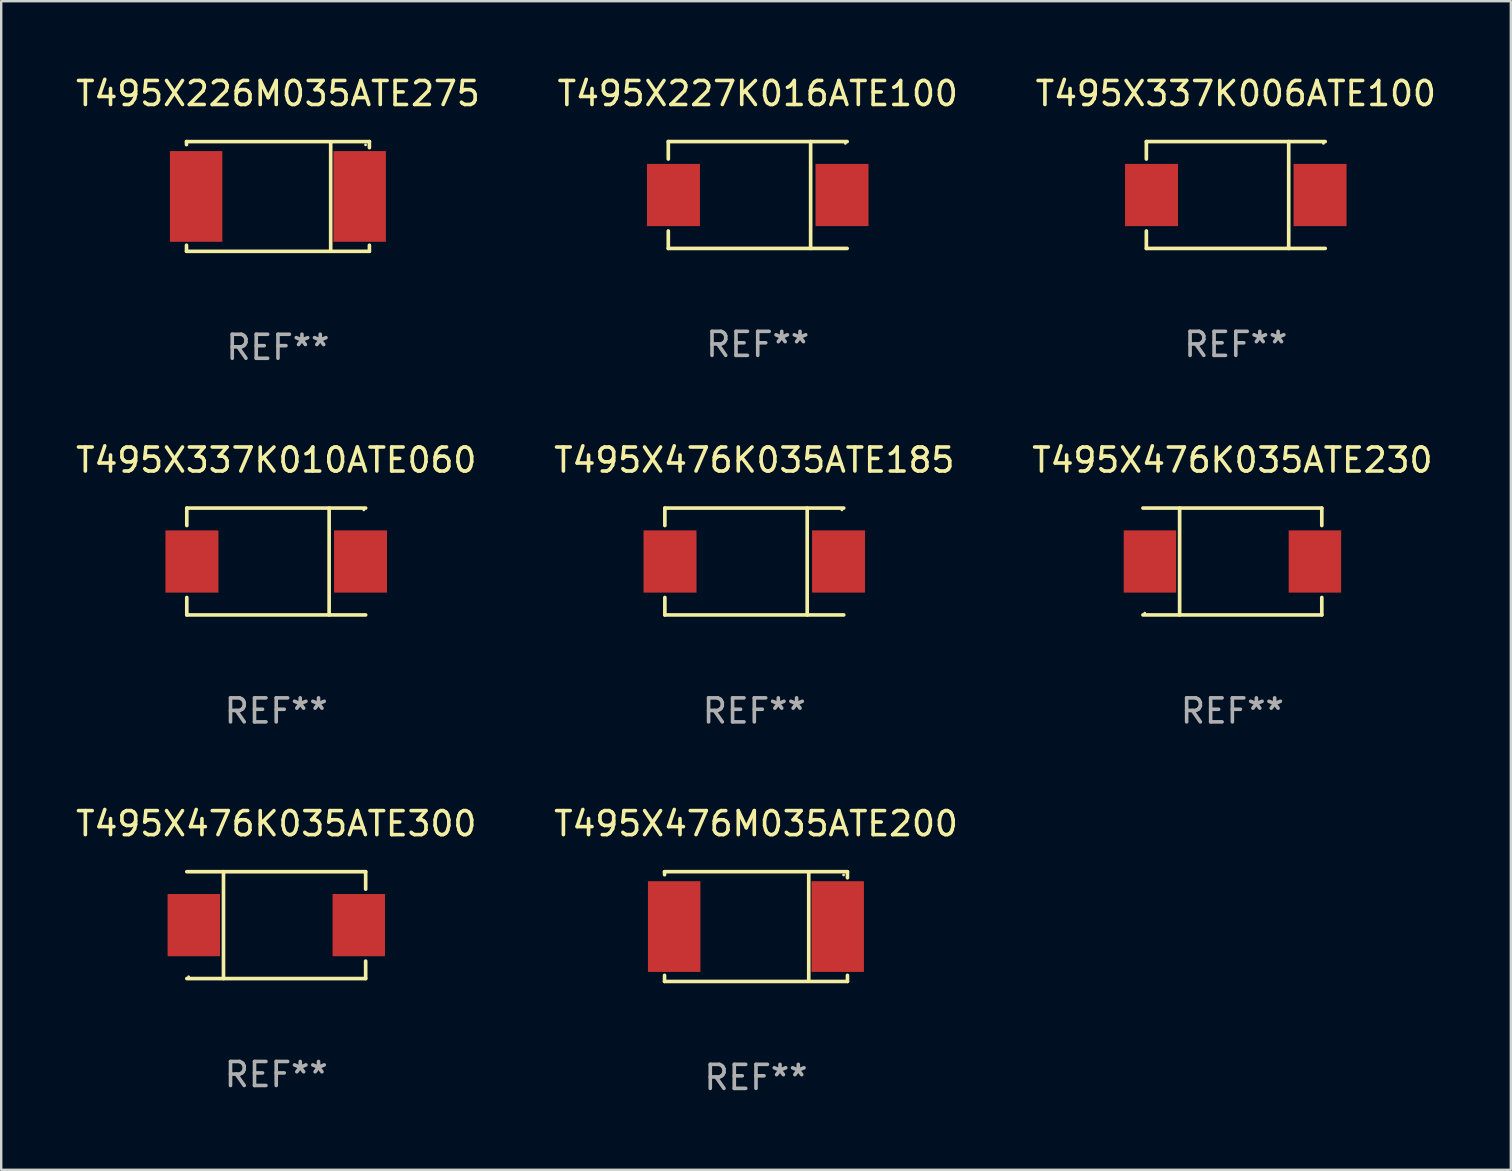
<source format=kicad_pcb>
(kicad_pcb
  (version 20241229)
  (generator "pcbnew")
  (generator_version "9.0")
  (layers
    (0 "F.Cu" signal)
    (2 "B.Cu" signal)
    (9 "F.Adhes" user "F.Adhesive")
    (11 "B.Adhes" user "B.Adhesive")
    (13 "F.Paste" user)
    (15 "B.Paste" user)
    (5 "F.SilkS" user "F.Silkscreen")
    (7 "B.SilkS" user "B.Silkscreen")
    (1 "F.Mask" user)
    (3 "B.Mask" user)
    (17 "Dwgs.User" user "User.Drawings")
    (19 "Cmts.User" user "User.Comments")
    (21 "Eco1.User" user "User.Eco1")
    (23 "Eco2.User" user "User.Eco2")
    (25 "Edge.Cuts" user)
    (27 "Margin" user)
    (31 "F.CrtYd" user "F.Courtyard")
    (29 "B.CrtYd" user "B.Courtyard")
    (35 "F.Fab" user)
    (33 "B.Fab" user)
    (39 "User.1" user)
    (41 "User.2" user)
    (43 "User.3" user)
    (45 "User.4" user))
  (footprint "T495X476M035ATE200"
    (layer "F.Cu")
    (at 28.446 35.552)
    (property "Reference" "T495X476M035ATE200" (at 0 -4.286 0) (layer "F.SilkS") (effects (font (size 1 1) (thickness 0.15))))
    (attr through_hole)
    (fp_line (start -3.81 -2.286) (end -3.81 -2.159) (stroke (width 0.15) (type solid)) (layer "F.SilkS"))
    (fp_line (start -3.81 2.032) (end -3.81 2.286) (stroke (width 0.15) (type solid)) (layer "F.SilkS"))
    (fp_line (start -3.81 2.286) (end 3.81 2.286) (stroke (width 0.15) (type solid)) (layer "F.SilkS"))
    (fp_line (start 2.197 -2.226) (end 2.197 2.226) (stroke (width 0.152) (type solid)) (layer "F.SilkS"))
    (fp_line (start 3.81 -2.286) (end -3.81 -2.286) (stroke (width 0.15) (type solid)) (layer "F.SilkS"))
    (fp_line (start 3.81 -2.032) (end 3.81 -2.286) (stroke (width 0.15) (type solid)) (layer "F.SilkS"))
    (fp_line (start 3.81 2.286) (end 3.81 2.032) (stroke (width 0.15) (type solid)) (layer "F.SilkS"))
    (fp_circle (center 3.65 -2.15) (end 3.68 -2.15) (stroke (width 0.06) (type solid)) (fill no) (layer "F.SilkS"))
    (fp_text user "REF**" (at 0 6.286 0) (layer "F.Fab") (effects (font (size 1 1) (thickness 0.15))))
    (pad "1" smd rect (at 3.404 0 180) (size 2.185 3.78) (layers "F.Cu" "F.Mask" "F.Paste"))
    (pad "2" smd rect (at -3.409 0 180) (size 2.185 3.78) (layers "F.Cu" "F.Mask" "F.Paste")))
  (footprint "T495X337K010ATE060"
    (layer "F.Cu")
    (at 8.458 20.343)
    (property "Reference" "T495X337K010ATE060" (at 0 -4.226 0) (layer "F.SilkS") (effects (font (size 1 1) (thickness 0.15))))
    (attr through_hole)
    (fp_line (start -3.726 -2.226) (end -3.726 -1.499) (stroke (width 0.152) (type solid)) (layer "F.SilkS"))
    (fp_line (start -3.726 -2.226) (end 3.726 -2.226) (stroke (width 0.152) (type solid)) (layer "F.SilkS"))
    (fp_line (start -3.726 2.226) (end -3.726 1.499) (stroke (width 0.152) (type solid)) (layer "F.SilkS"))
    (fp_line (start -3.726 2.226) (end 3.726 2.226) (stroke (width 0.152) (type solid)) (layer "F.SilkS"))
    (fp_line (start 2.204 -2.226) (end 2.204 2.226) (stroke (width 0.152) (type solid)) (layer "F.SilkS"))
    (fp_circle (center 3.65 -2.15) (end 3.68 -2.15) (stroke (width 0.06) (type solid)) (fill no) (layer "F.SilkS"))
    (fp_text user "REF**" (at 0 6.226 0) (layer "F.Fab") (effects (font (size 1 1) (thickness 0.15))))
    (pad "1" smd rect (at 3.511 0) (size 2.207 2.592) (layers "F.Cu" "F.Mask" "F.Paste"))
    (pad "2" smd rect (at -3.511 0) (size 2.207 2.592) (layers "F.Cu" "F.Mask" "F.Paste")))
  (footprint "T495X226M035ATE275"
    (layer "F.Cu")
    (at 8.53 5.134)
    (property "Reference" "T495X226M035ATE275" (at 0 -4.286 0) (layer "F.SilkS") (effects (font (size 1 1) (thickness 0.15))))
    (attr through_hole)
    (fp_line (start -3.81 -2.286) (end -3.81 -2.159) (stroke (width 0.15) (type solid)) (layer "F.SilkS"))
    (fp_line (start -3.81 2.032) (end -3.81 2.286) (stroke (width 0.15) (type solid)) (layer "F.SilkS"))
    (fp_line (start -3.81 2.286) (end 3.81 2.286) (stroke (width 0.15) (type solid)) (layer "F.SilkS"))
    (fp_line (start 2.197 -2.226) (end 2.197 2.226) (stroke (width 0.152) (type solid)) (layer "F.SilkS"))
    (fp_line (start 3.81 -2.286) (end -3.81 -2.286) (stroke (width 0.15) (type solid)) (layer "F.SilkS"))
    (fp_line (start 3.81 -2.032) (end 3.81 -2.286) (stroke (width 0.15) (type solid)) (layer "F.SilkS"))
    (fp_line (start 3.81 2.286) (end 3.81 2.032) (stroke (width 0.15) (type solid)) (layer "F.SilkS"))
    (fp_circle (center 3.65 -2.15) (end 3.68 -2.15) (stroke (width 0.06) (type solid)) (fill no) (layer "F.SilkS"))
    (fp_text user "REF**" (at 0 6.286 0) (layer "F.Fab") (effects (font (size 1 1) (thickness 0.15))))
    (pad "1" smd rect (at 3.404 0 180) (size 2.185 3.78) (layers "F.Cu" "F.Mask" "F.Paste"))
    (pad "2" smd rect (at -3.409 0 180) (size 2.185 3.78) (layers "F.Cu" "F.Mask" "F.Paste")))
  (footprint "T495X337K006ATE100"
    (layer "F.Cu")
    (at 48.435 5.074)
    (property "Reference" "T495X337K006ATE100" (at 0 -4.226 0) (layer "F.SilkS") (effects (font (size 1 1) (thickness 0.15))))
    (attr through_hole)
    (fp_line (start -3.726 -2.226) (end -3.726 -1.499) (stroke (width 0.152) (type solid)) (layer "F.SilkS"))
    (fp_line (start -3.726 -2.226) (end 3.726 -2.226) (stroke (width 0.152) (type solid)) (layer "F.SilkS"))
    (fp_line (start -3.726 2.226) (end -3.726 1.499) (stroke (width 0.152) (type solid)) (layer "F.SilkS"))
    (fp_line (start -3.726 2.226) (end 3.726 2.226) (stroke (width 0.152) (type solid)) (layer "F.SilkS"))
    (fp_line (start 2.204 -2.226) (end 2.204 2.226) (stroke (width 0.152) (type solid)) (layer "F.SilkS"))
    (fp_circle (center 3.65 -2.15) (end 3.68 -2.15) (stroke (width 0.06) (type solid)) (fill no) (layer "F.SilkS"))
    (fp_text user "REF**" (at 0 6.226 0) (layer "F.Fab") (effects (font (size 1 1) (thickness 0.15))))
    (pad "1" smd rect (at 3.511 0) (size 2.207 2.592) (layers "F.Cu" "F.Mask" "F.Paste"))
    (pad "2" smd rect (at -3.511 0) (size 2.207 2.592) (layers "F.Cu" "F.Mask" "F.Paste")))
  (footprint "T495X476K035ATE300"
    (layer "F.Cu")
    (at 8.458 35.492)
    (property "Reference" "T495X476K035ATE300" (at 0 -4.226 0) (layer "F.SilkS") (effects (font (size 1 1) (thickness 0.15))))
    (attr through_hole)
    (fp_line (start -3.726 -2.226) (end 3.726 -2.226) (stroke (width 0.152) (type solid)) (layer "F.SilkS"))
    (fp_line (start -3.726 2.226) (end 3.726 2.226) (stroke (width 0.152) (type solid)) (layer "F.SilkS"))
    (fp_line (start -2.197 -2.226) (end -2.197 2.226) (stroke (width 0.152) (type solid)) (layer "F.SilkS"))
    (fp_line (start 3.726 -2.226) (end 3.726 -1.499) (stroke (width 0.152) (type solid)) (layer "F.SilkS"))
    (fp_line (start 3.726 2.226) (end 3.726 1.499) (stroke (width 0.152) (type solid)) (layer "F.SilkS"))
    (fp_circle (center -3.65 2.15) (end -3.62 2.15) (stroke (width 0.06) (type solid)) (fill no) (layer "F.SilkS"))
    (fp_text user "REF**" (at 0 6.226 0) (layer "F.Fab") (effects (font (size 1 1) (thickness 0.15))))
    (pad "1" smd rect (at -3.434 0 180) (size 2.185 2.592) (layers "F.Cu" "F.Mask" "F.Paste"))
    (pad "2" smd rect (at 3.439 0 180) (size 2.185 2.592) (layers "F.Cu" "F.Mask" "F.Paste")))
  (footprint "T495X476K035ATE230"
    (layer "F.Cu")
    (at 48.292 20.343)
    (property "Reference" "T495X476K035ATE230" (at 0 -4.226 0) (layer "F.SilkS") (effects (font (size 1 1) (thickness 0.15))))
    (attr through_hole)
    (fp_line (start -3.726 -2.226) (end 3.726 -2.226) (stroke (width 0.152) (type solid)) (layer "F.SilkS"))
    (fp_line (start -3.726 2.226) (end 3.726 2.226) (stroke (width 0.152) (type solid)) (layer "F.SilkS"))
    (fp_line (start -2.197 -2.226) (end -2.197 2.226) (stroke (width 0.152) (type solid)) (layer "F.SilkS"))
    (fp_line (start 3.726 -2.226) (end 3.726 -1.499) (stroke (width 0.152) (type solid)) (layer "F.SilkS"))
    (fp_line (start 3.726 2.226) (end 3.726 1.499) (stroke (width 0.152) (type solid)) (layer "F.SilkS"))
    (fp_circle (center -3.65 2.15) (end -3.62 2.15) (stroke (width 0.06) (type solid)) (fill no) (layer "F.SilkS"))
    (fp_text user "REF**" (at 0 6.226 0) (layer "F.Fab") (effects (font (size 1 1) (thickness 0.15))))
    (pad "1" smd rect (at -3.434 0 180) (size 2.185 2.592) (layers "F.Cu" "F.Mask" "F.Paste"))
    (pad "2" smd rect (at 3.439 0 180) (size 2.185 2.592) (layers "F.Cu" "F.Mask" "F.Paste")))
  (footprint "T495X476K035ATE185"
    (layer "F.Cu")
    (at 28.375 20.343)
    (property "Reference" "T495X476K035ATE185" (at 0 -4.226 0) (layer "F.SilkS") (effects (font (size 1 1) (thickness 0.15))))
    (attr through_hole)
    (fp_line (start -3.726 -2.226) (end -3.726 -1.499) (stroke (width 0.152) (type solid)) (layer "F.SilkS"))
    (fp_line (start -3.726 -2.226) (end 3.726 -2.226) (stroke (width 0.152) (type solid)) (layer "F.SilkS"))
    (fp_line (start -3.726 2.226) (end -3.726 1.499) (stroke (width 0.152) (type solid)) (layer "F.SilkS"))
    (fp_line (start -3.726 2.226) (end 3.726 2.226) (stroke (width 0.152) (type solid)) (layer "F.SilkS"))
    (fp_line (start 2.204 -2.226) (end 2.204 2.226) (stroke (width 0.152) (type solid)) (layer "F.SilkS"))
    (fp_circle (center 3.65 -2.15) (end 3.68 -2.15) (stroke (width 0.06) (type solid)) (fill no) (layer "F.SilkS"))
    (fp_text user "REF**" (at 0 6.226 0) (layer "F.Fab") (effects (font (size 1 1) (thickness 0.15))))
    (pad "1" smd rect (at 3.511 0) (size 2.207 2.592) (layers "F.Cu" "F.Mask" "F.Paste"))
    (pad "2" smd rect (at -3.511 0) (size 2.207 2.592) (layers "F.Cu" "F.Mask" "F.Paste")))
  (footprint "T495X227K016ATE100"
    (layer "F.Cu")
    (at 28.518 5.074)
    (property "Reference" "T495X227K016ATE100" (at 0 -4.226 0) (layer "F.SilkS") (effects (font (size 1 1) (thickness 0.15))))
    (attr through_hole)
    (fp_line (start -3.726 -2.226) (end -3.726 -1.499) (stroke (width 0.152) (type solid)) (layer "F.SilkS"))
    (fp_line (start -3.726 -2.226) (end 3.726 -2.226) (stroke (width 0.152) (type solid)) (layer "F.SilkS"))
    (fp_line (start -3.726 2.226) (end -3.726 1.499) (stroke (width 0.152) (type solid)) (layer "F.SilkS"))
    (fp_line (start -3.726 2.226) (end 3.726 2.226) (stroke (width 0.152) (type solid)) (layer "F.SilkS"))
    (fp_line (start 2.204 -2.226) (end 2.204 2.226) (stroke (width 0.152) (type solid)) (layer "F.SilkS"))
    (fp_circle (center 3.65 -2.15) (end 3.68 -2.15) (stroke (width 0.06) (type solid)) (fill no) (layer "F.SilkS"))
    (fp_text user "REF**" (at 0 6.226 0) (layer "F.Fab") (effects (font (size 1 1) (thickness 0.15))))
    (pad "1" smd rect (at 3.511 0) (size 2.207 2.592) (layers "F.Cu" "F.Mask" "F.Paste"))
    (pad "2" smd rect (at -3.511 0) (size 2.207 2.592) (layers "F.Cu" "F.Mask" "F.Paste")))
  (gr_rect
    (start -3 -3)
    (end 59.893 45.686)
    (stroke (width 0.1) (type default))
    (fill no)
    (layer "Edge.Cuts")))
</source>
